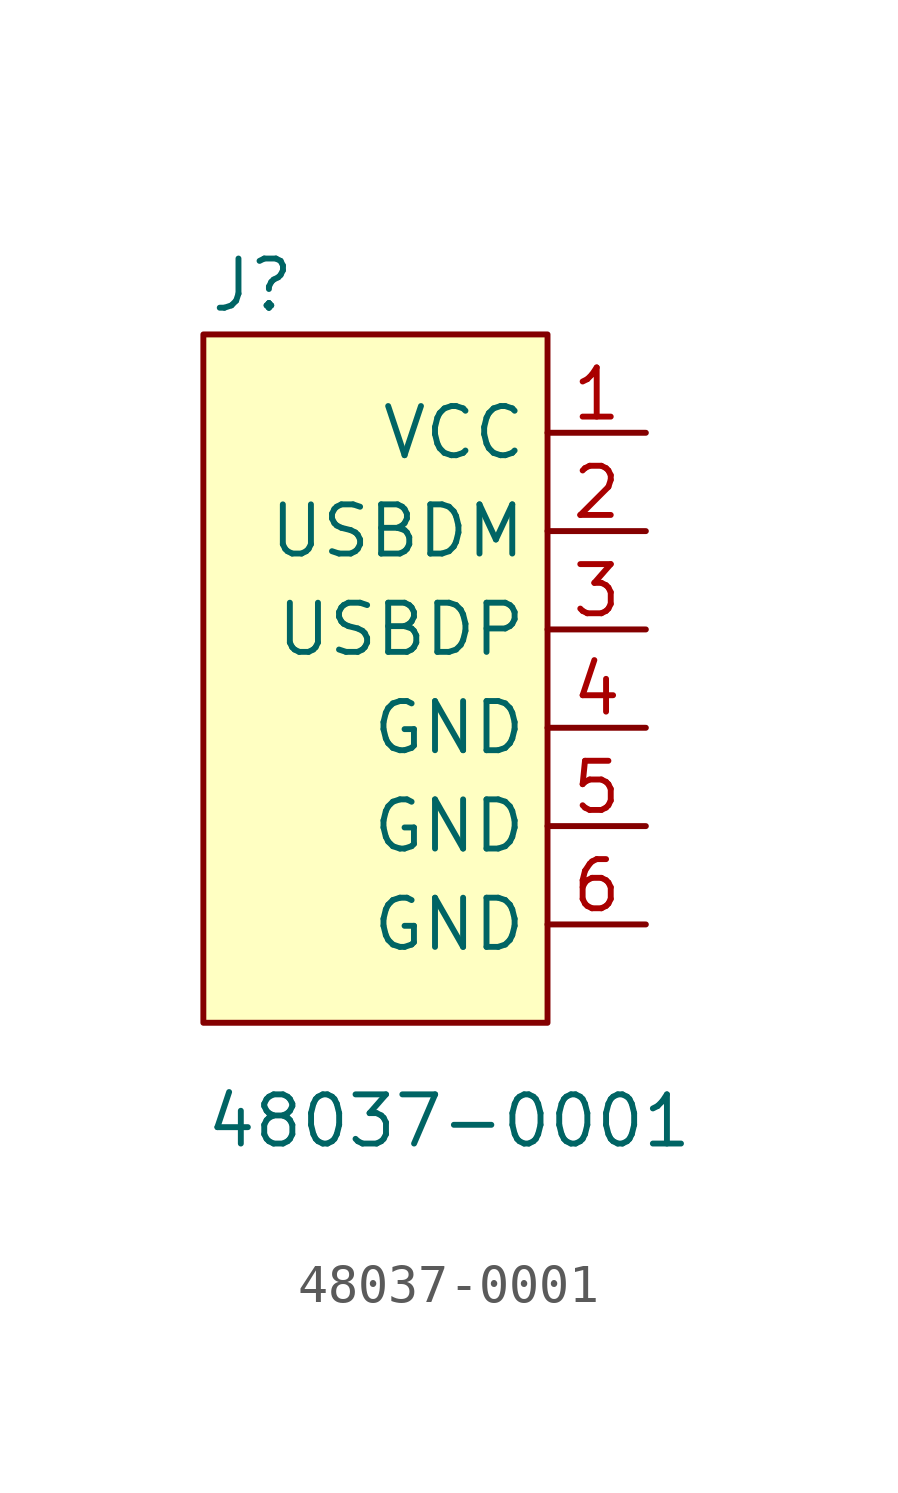
<source format=kicad_sym>
(kicad_symbol_lib
  (version 20211014)
  (generator kicad_symbol_editor)
  (symbol "48037-0001"
    (property "Reference" "J"
      (at -10.16 3.81 0)
      (effects (font (size 1.27 1.27))))
    (property "Value" "48037-0001"
      (at -5.08 -17.78 0)
      (effects (font (size 1.27 1.27))))
    (symbol "48037-0001_0_1"
      (rectangle (start -2.54 2.54) (end -11.43 -15.24) (stroke (width 0) (type default) (color 0 0 0 0)) (fill (type background))))
    (symbol "48037-0001_1_1"
      (pin input line (at 0 0 180) (length 2.54) (name "VCC" (effects (font (size 1.27 1.27)))) (number "1" (effects (font (size 1.27 1.27)))))
      (pin input line (at 0 -2.54 180) (length 2.54) (name "USBDM" (effects (font (size 1.27 1.27)))) (number "2" (effects (font (size 1.27 1.27)))))
      (pin input line (at 0 -5.08 180) (length 2.54) (name "USBDP" (effects (font (size 1.27 1.27)))) (number "3" (effects (font (size 1.27 1.27)))))
      (pin input line (at 0 -7.62 180) (length 2.54) (name "GND" (effects (font (size 1.27 1.27)))) (number "4" (effects (font (size 1.27 1.27)))))
      (pin input line (at 0 -10.16 180) (length 2.54) (name "GND" (effects (font (size 1.27 1.27)))) (number "5" (effects (font (size 1.27 1.27)))))
      (pin input line (at 0 -12.7 180) (length 2.54) (name "GND" (effects (font (size 1.27 1.27)))) (number "6" (effects (font (size 1.27 1.27))))))))
</source>
